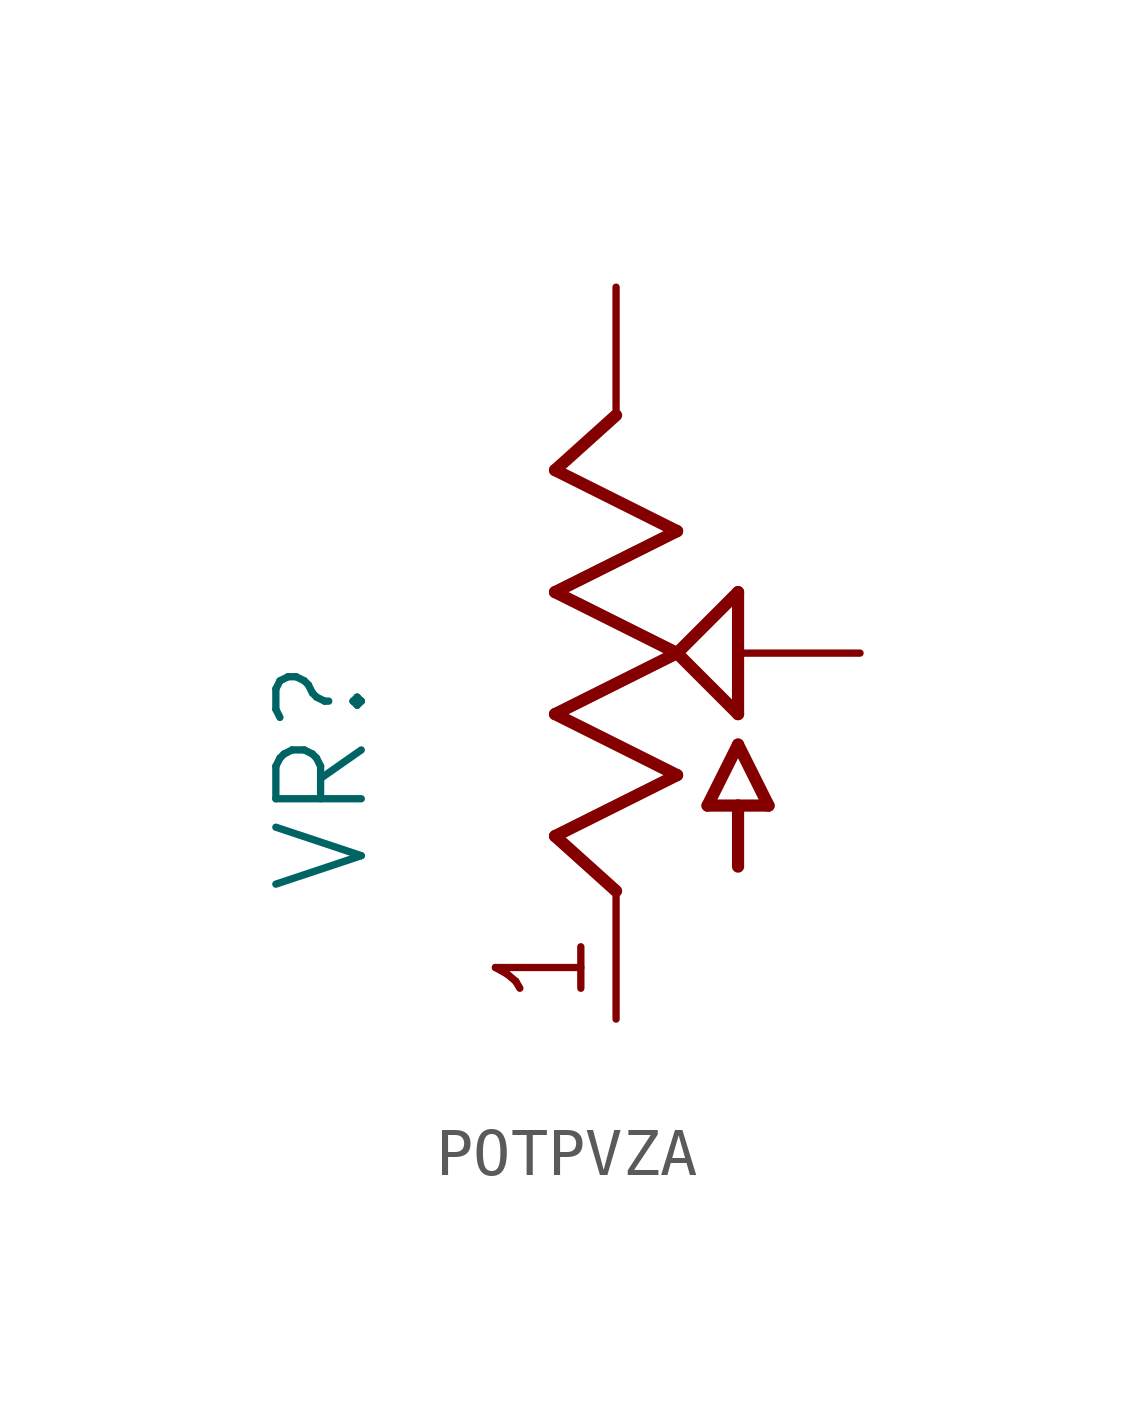
<source format=kicad_sym>
(kicad_symbol_lib
  (version 20231120)
  (generator "kicad_symbol_editor")
  (generator_version "8.0")
  (symbol "POTPVZA"
    (property "Reference" "VR"
      (at -5.08 -5.08 90)
      (effects (font (size 1.778 1.778)) (justify left bottom)))
    (property "Value" ""
      (at -2.54 -5.08 90)
      (effects (font (size 1.778 1.778)) (justify left bottom)))
    (property "ki_locked" ""
      (at 0 0 0)
      (effects (font (size 1.27 1.27))))
    (symbol "POTPVZA_1_0"
      (polyline (pts (xy -1.27 -3.81) (xy 0 -4.953)) (stroke (width 0.254) (type solid)) (fill (type none)))
      (polyline (pts (xy -1.27 -1.27) (xy 1.27 -2.54)) (stroke (width 0.254) (type solid)) (fill (type none)))
      (polyline (pts (xy -1.27 1.27) (xy 1.27 0)) (stroke (width 0.254) (type solid)) (fill (type none)))
      (polyline (pts (xy -1.27 3.81) (xy 1.27 2.54)) (stroke (width 0.254) (type solid)) (fill (type none)))
      (polyline (pts (xy 0 4.953) (xy -1.27 3.81)) (stroke (width 0.254) (type solid)) (fill (type none)))
      (polyline (pts (xy 1.27 -2.54) (xy -1.27 -3.81)) (stroke (width 0.254) (type solid)) (fill (type none)))
      (polyline (pts (xy 1.27 0) (xy -1.27 -1.27)) (stroke (width 0.254) (type solid)) (fill (type none)))
      (polyline (pts (xy 1.27 0) (xy 2.54 1.27)) (stroke (width 0.254) (type solid)) (fill (type none)))
      (polyline (pts (xy 1.27 2.54) (xy -1.27 1.27)) (stroke (width 0.254) (type solid)) (fill (type none)))
      (polyline (pts (xy 1.905 -3.175) (xy 2.54 -3.175)) (stroke (width 0.254) (type solid)) (fill (type none)))
      (polyline (pts (xy 2.54 -4.445) (xy 2.54 -3.175)) (stroke (width 0.254) (type solid)) (fill (type none)))
      (polyline (pts (xy 2.54 -3.175) (xy 3.175 -3.175)) (stroke (width 0.254) (type solid)) (fill (type none)))
      (polyline (pts (xy 2.54 -1.905) (xy 1.905 -3.175)) (stroke (width 0.254) (type solid)) (fill (type none)))
      (polyline (pts (xy 2.54 -1.27) (xy 1.27 0)) (stroke (width 0.254) (type solid)) (fill (type none)))
      (polyline (pts (xy 2.54 1.27) (xy 2.54 -1.27)) (stroke (width 0.254) (type solid)) (fill (type none)))
      (polyline (pts (xy 3.175 -3.175) (xy 2.54 -1.905)) (stroke (width 0.254) (type solid)) (fill (type none)))
      (text "1" (at -0.508 -7.366 900) (effects (font (size 1.778 1.511)) (justify left bottom)))
      (pin passive line (at 0 -7.62 90) (length 2.54) (name "1" (effects (font (size 0 0)))) (number "P$1" (effects (font (size 0 0)))))
      (pin passive line (at 5.08 0 180) (length 2.54) (name "2" (effects (font (size 0 0)))) (number "P$2" (effects (font (size 0 0)))))
      (pin passive line (at 0 7.62 270) (length 2.54) (name "3" (effects (font (size 0 0)))) (number "P$3" (effects (font (size 0 0))))))))
</source>
